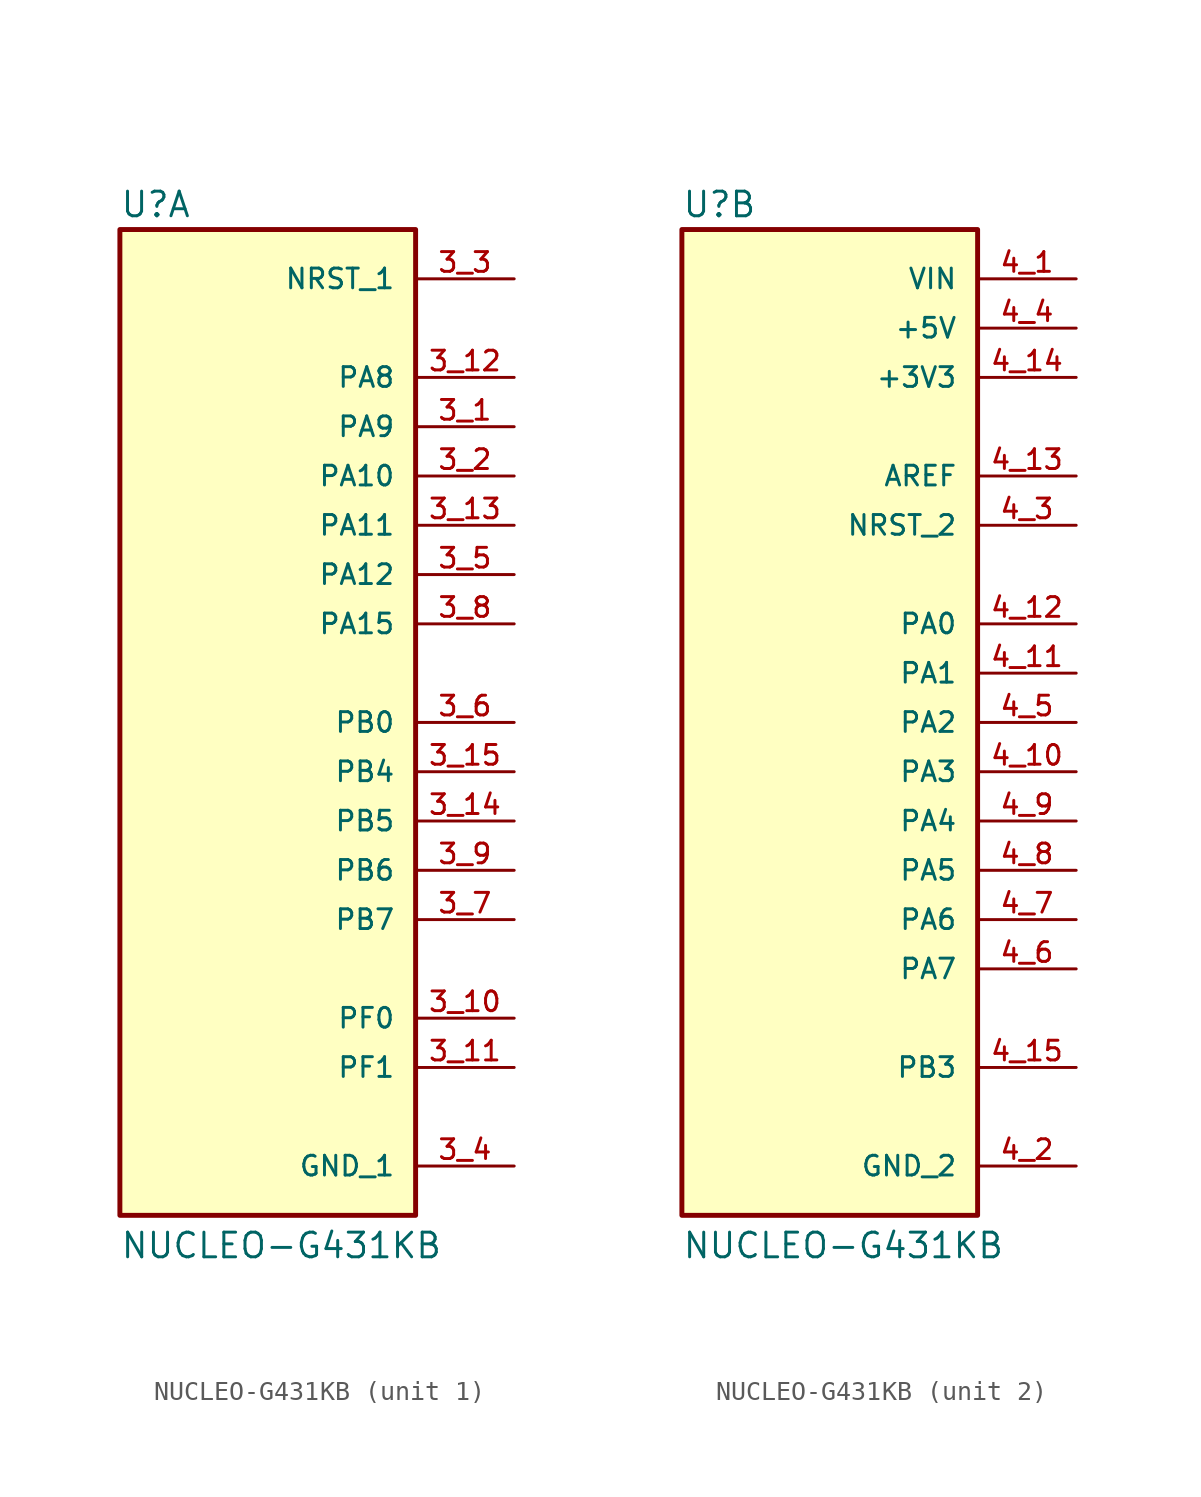
<source format=kicad_sym>
(kicad_symbol_lib
  (version 20211014)
  (generator kicad_symbol_editor)
  (symbol "NUCLEO-G431KB"
    (pin_names
      (offset 1.016))
    (property "Reference" "U"
      (at -7.629 25.946 0)
      (effects (font (size 1.27 1.27)) (justify bottom left)))
    (property "Value" "NUCLEO-G431KB"
      (at -7.623 -27.701 0)
      (effects (font (size 1.27 1.27)) (justify bottom left)))
    (symbol "NUCLEO-G431KB_1_0"
      (rectangle (start -7.62 -25.4) (end 7.62 25.4) (stroke (width 0.254)) (fill (type background)))
      (pin bidirectional line (at 12.7 15.24 180.0) (length 5.08) (name "PA9" (effects (font (size 1.016 1.016)))) (number "3_1" (effects (font (size 1.016 1.016)))))
      (pin bidirectional line (at 12.7 12.7 180.0) (length 5.08) (name "PA10" (effects (font (size 1.016 1.016)))) (number "3_2" (effects (font (size 1.016 1.016)))))
      (pin bidirectional line (at 12.7 22.86 180.0) (length 5.08) (name "NRST_1" (effects (font (size 1.016 1.016)))) (number "3_3" (effects (font (size 1.016 1.016)))))
      (pin bidirectional line (at 12.7 7.62 180.0) (length 5.08) (name "PA12" (effects (font (size 1.016 1.016)))) (number "3_5" (effects (font (size 1.016 1.016)))))
      (pin bidirectional line (at 12.7 0.0 180.0) (length 5.08) (name "PB0" (effects (font (size 1.016 1.016)))) (number "3_6" (effects (font (size 1.016 1.016)))))
      (pin bidirectional line (at 12.7 -10.16 180.0) (length 5.08) (name "PB7" (effects (font (size 1.016 1.016)))) (number "3_7" (effects (font (size 1.016 1.016)))))
      (pin bidirectional line (at 12.7 -7.62 180.0) (length 5.08) (name "PB6" (effects (font (size 1.016 1.016)))) (number "3_9" (effects (font (size 1.016 1.016)))))
      (pin bidirectional line (at 12.7 5.08 180.0) (length 5.08) (name "PA15" (effects (font (size 1.016 1.016)))) (number "3_8" (effects (font (size 1.016 1.016)))))
      (pin bidirectional line (at 12.7 -15.24 180.0) (length 5.08) (name "PF0" (effects (font (size 1.016 1.016)))) (number "3_10" (effects (font (size 1.016 1.016)))))
      (pin bidirectional line (at 12.7 -17.78 180.0) (length 5.08) (name "PF1" (effects (font (size 1.016 1.016)))) (number "3_11" (effects (font (size 1.016 1.016)))))
      (pin bidirectional line (at 12.7 17.78 180.0) (length 5.08) (name "PA8" (effects (font (size 1.016 1.016)))) (number "3_12" (effects (font (size 1.016 1.016)))))
      (pin bidirectional line (at 12.7 10.16 180.0) (length 5.08) (name "PA11" (effects (font (size 1.016 1.016)))) (number "3_13" (effects (font (size 1.016 1.016)))))
      (pin bidirectional line (at 12.7 -5.08 180.0) (length 5.08) (name "PB5" (effects (font (size 1.016 1.016)))) (number "3_14" (effects (font (size 1.016 1.016)))))
      (pin bidirectional line (at 12.7 -2.54 180.0) (length 5.08) (name "PB4" (effects (font (size 1.016 1.016)))) (number "3_15" (effects (font (size 1.016 1.016)))))
      (pin power_in line (at 12.7 -22.86 180.0) (length 5.08) (name "GND_1" (effects (font (size 1.016 1.016)))) (number "3_4" (effects (font (size 1.016 1.016))))))
    (symbol "NUCLEO-G431KB_2_0"
      (rectangle (start -7.62 -25.4) (end 7.62 25.4) (stroke (width 0.254)) (fill (type background)))
      (pin bidirectional line (at 12.7 0.0 180.0) (length 5.08) (name "PA2" (effects (font (size 1.016 1.016)))) (number "4_5" (effects (font (size 1.016 1.016)))))
      (pin bidirectional line (at 12.7 -12.7 180.0) (length 5.08) (name "PA7" (effects (font (size 1.016 1.016)))) (number "4_6" (effects (font (size 1.016 1.016)))))
      (pin bidirectional line (at 12.7 -10.16 180.0) (length 5.08) (name "PA6" (effects (font (size 1.016 1.016)))) (number "4_7" (effects (font (size 1.016 1.016)))))
      (pin bidirectional line (at 12.7 -5.08 180.0) (length 5.08) (name "PA4" (effects (font (size 1.016 1.016)))) (number "4_9" (effects (font (size 1.016 1.016)))))
      (pin bidirectional line (at 12.7 -7.62 180.0) (length 5.08) (name "PA5" (effects (font (size 1.016 1.016)))) (number "4_8" (effects (font (size 1.016 1.016)))))
      (pin bidirectional line (at 12.7 2.54 180.0) (length 5.08) (name "PA1" (effects (font (size 1.016 1.016)))) (number "4_11" (effects (font (size 1.016 1.016)))))
      (pin bidirectional line (at 12.7 -2.54 180.0) (length 5.08) (name "PA3" (effects (font (size 1.016 1.016)))) (number "4_10" (effects (font (size 1.016 1.016)))))
      (pin bidirectional line (at 12.7 5.08 180.0) (length 5.08) (name "PA0" (effects (font (size 1.016 1.016)))) (number "4_12" (effects (font (size 1.016 1.016)))))
      (pin bidirectional line (at 12.7 -17.78 180.0) (length 5.08) (name "PB3" (effects (font (size 1.016 1.016)))) (number "4_15" (effects (font (size 1.016 1.016)))))
      (pin bidirectional line (at 12.7 10.16 180.0) (length 5.08) (name "NRST_2" (effects (font (size 1.016 1.016)))) (number "4_3" (effects (font (size 1.016 1.016)))))
      (pin power_in line (at 12.7 22.86 180.0) (length 5.08) (name "VIN" (effects (font (size 1.016 1.016)))) (number "4_1" (effects (font (size 1.016 1.016)))))
      (pin power_in line (at 12.7 20.32 180.0) (length 5.08) (name "+5V" (effects (font (size 1.016 1.016)))) (number "4_4" (effects (font (size 1.016 1.016)))))
      (pin power_in line (at 12.7 -22.86 180.0) (length 5.08) (name "GND_2" (effects (font (size 1.016 1.016)))) (number "4_2" (effects (font (size 1.016 1.016)))))
      (pin bidirectional line (at 12.7 12.7 180.0) (length 5.08) (name "AREF" (effects (font (size 1.016 1.016)))) (number "4_13" (effects (font (size 1.016 1.016)))))
      (pin power_in line (at 12.7 17.78 180.0) (length 5.08) (name "+3V3" (effects (font (size 1.016 1.016)))) (number "4_14" (effects (font (size 1.016 1.016))))))))
</source>
